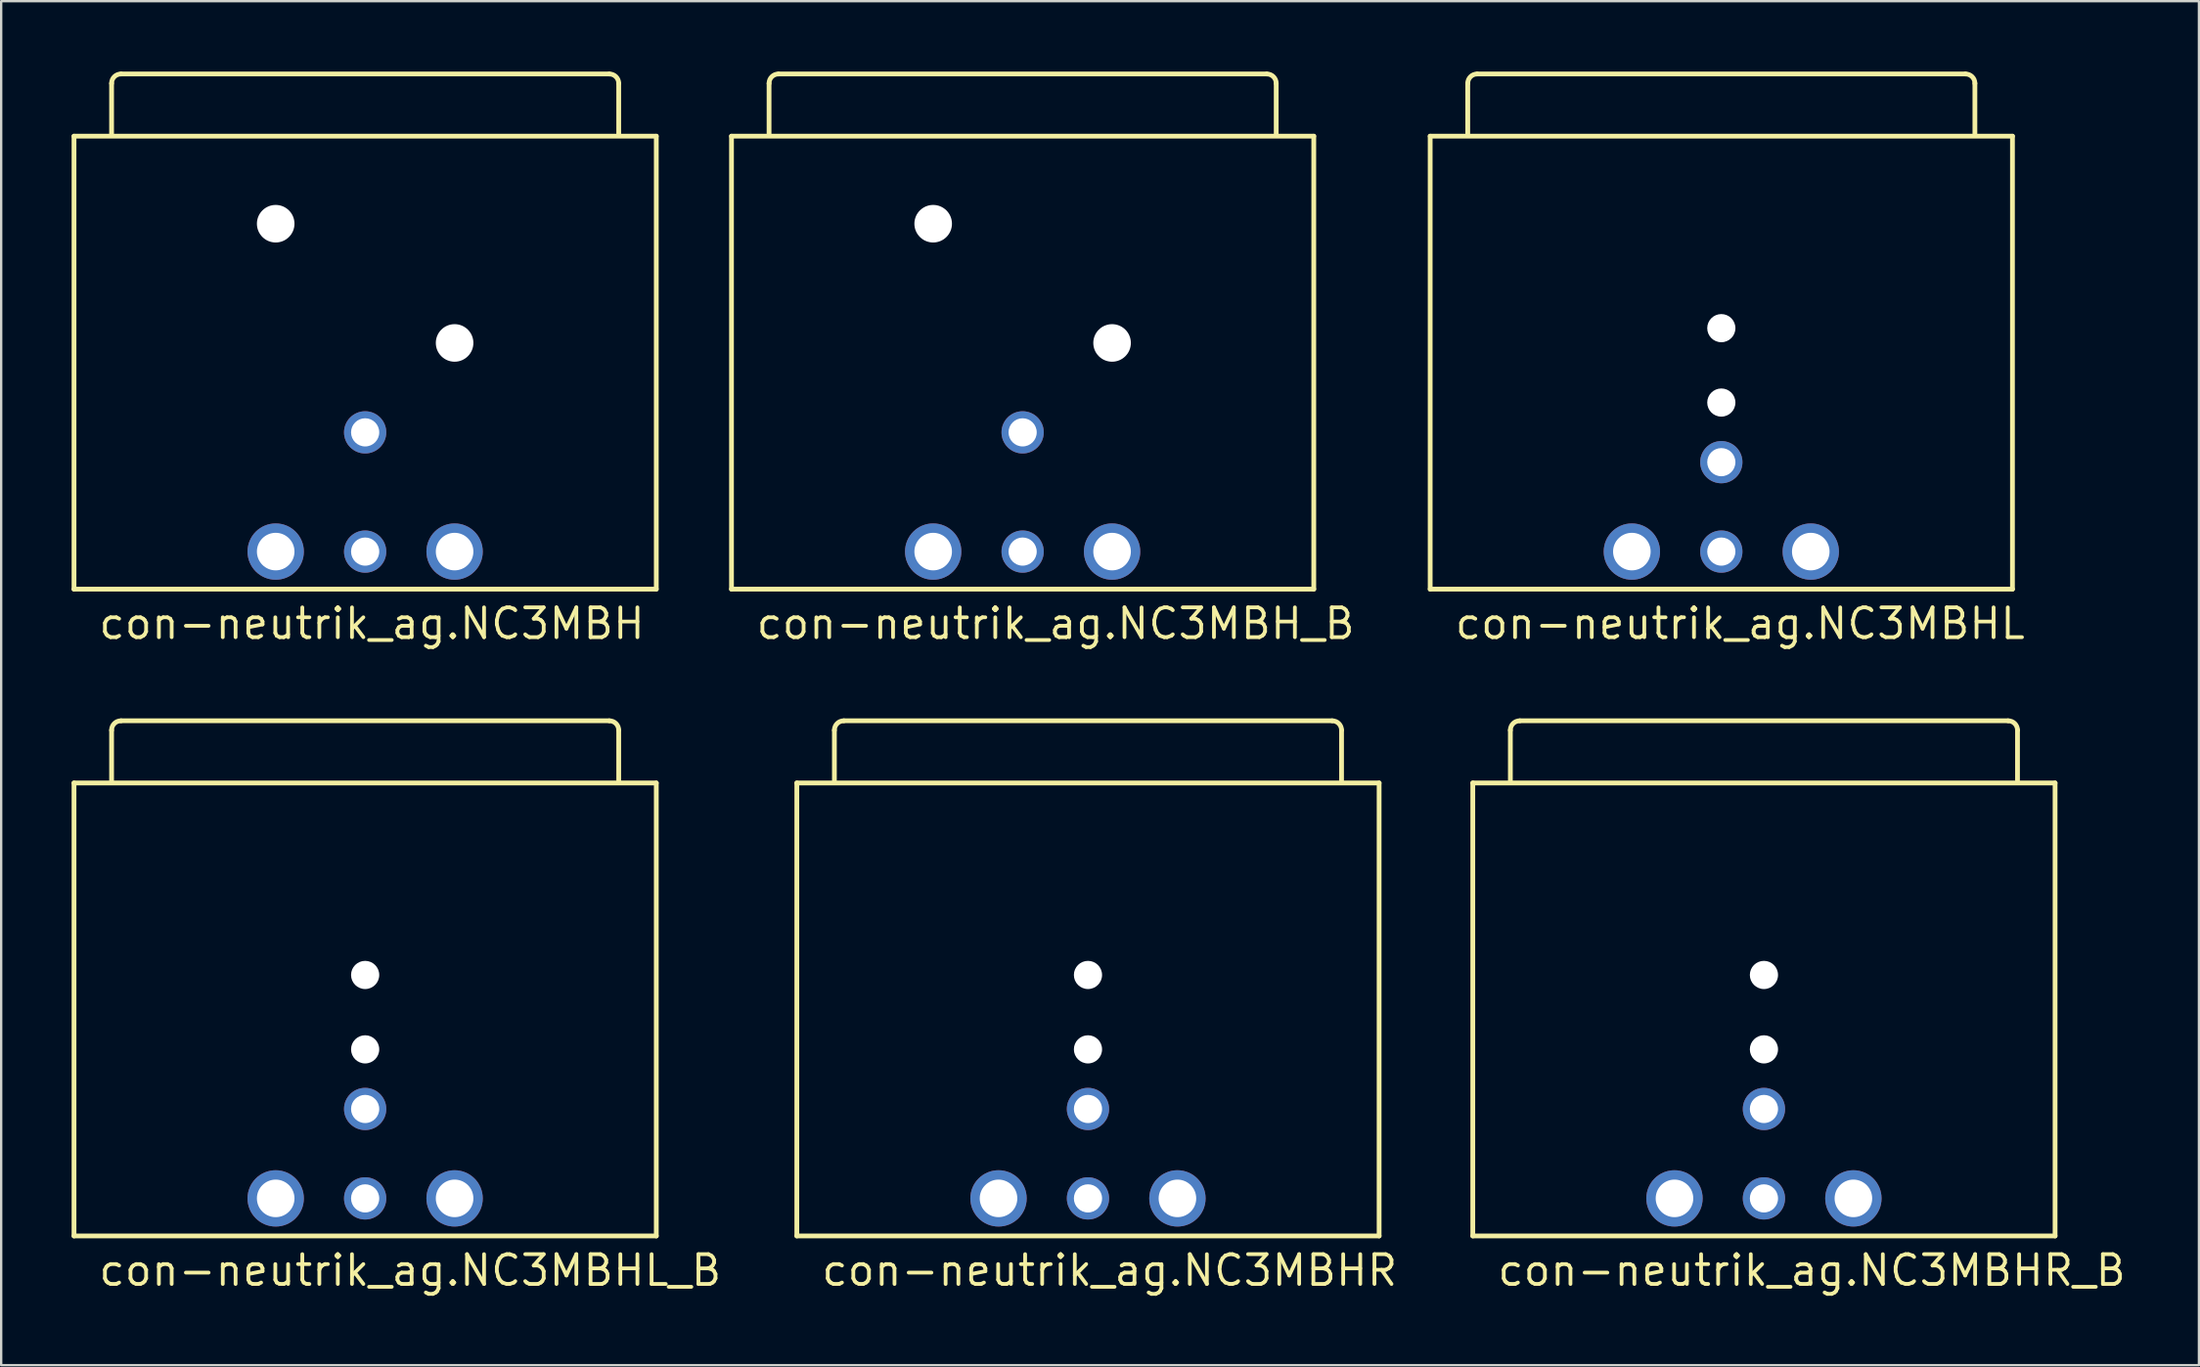
<source format=kicad_pcb>
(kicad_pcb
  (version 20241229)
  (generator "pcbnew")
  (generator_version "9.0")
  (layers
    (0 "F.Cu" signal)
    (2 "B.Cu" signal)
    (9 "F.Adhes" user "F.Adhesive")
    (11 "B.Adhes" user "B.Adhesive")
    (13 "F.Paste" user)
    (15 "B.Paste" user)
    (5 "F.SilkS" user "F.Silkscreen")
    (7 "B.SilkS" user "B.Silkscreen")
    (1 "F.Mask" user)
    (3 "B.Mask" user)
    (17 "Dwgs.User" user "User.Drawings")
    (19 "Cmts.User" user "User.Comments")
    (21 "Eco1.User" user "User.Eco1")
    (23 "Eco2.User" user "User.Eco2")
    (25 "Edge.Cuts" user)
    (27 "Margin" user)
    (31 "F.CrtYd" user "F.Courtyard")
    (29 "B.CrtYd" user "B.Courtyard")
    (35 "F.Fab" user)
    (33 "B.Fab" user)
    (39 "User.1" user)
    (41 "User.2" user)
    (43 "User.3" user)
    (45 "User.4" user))
  (footprint "con-neutrik_ag.NC3MBHR_B"
    (layer "F.Cu")
    (at 72.078 48.011)
    (property "Reference" "con-neutrik_ag.NC3MBHR_B" (at -11.43 3.81 0) (layer "F.SilkS") (effects (font (size 1.27 1.27) (thickness 0.16)) (justify left bottom)))
    (attr through_hole)
    (fp_line (start -12.4 -17.7) (end 12.4 -17.7) (stroke (width 0.203) (type default)) (layer "F.SilkS"))
    (fp_line (start -12.4 1.6) (end -12.4 -17.7) (stroke (width 0.203) (type default)) (layer "F.SilkS"))
    (fp_line (start -10.8 -17.8) (end -10.8 -19.95) (stroke (width 0.203) (type default)) (layer "F.SilkS"))
    (fp_line (start -10.4 -20.35) (end 10.4 -20.35) (stroke (width 0.203) (type default)) (layer "F.SilkS"))
    (fp_line (start 10.8 -19.95) (end 10.8 -17.8) (stroke (width 0.203) (type default)) (layer "F.SilkS"))
    (fp_line (start 12.4 -17.7) (end 12.4 1.6) (stroke (width 0.203) (type default)) (layer "F.SilkS"))
    (fp_line (start 12.4 1.6) (end -12.4 1.6) (stroke (width 0.203) (type default)) (layer "F.SilkS"))
    (fp_arc (start -10.8 -19.95) (mid -10.682843 -20.232843) (end -10.4 -20.35) (stroke (width 0.2032) (type default)) (layer "F.SilkS"))
    (fp_arc (start 10.4 -20.35) (mid 10.682843 -20.232843) (end 10.8 -19.95) (stroke (width 0.2032) (type default)) (layer "F.SilkS"))
    (pad "" np_thru_hole circle (at 0 -9.52) (size 1.2 1.2) (drill 1.2) (layers "*.Cu" "*.Mask"))
    (pad "" np_thru_hole circle (at 0 -6.35) (size 1.2 1.2) (drill 1.2) (layers "*.Cu" "*.Mask"))
    (pad "1" thru_hole circle (at -3.81 0) (size 2.4 2.4) (drill 1.6) (layers "*.Cu" "*.Mask"))
    (pad "2" thru_hole circle (at 0 0) (size 1.8 1.8) (drill 1.2) (layers "*.Cu" "*.Mask"))
    (pad "3" thru_hole circle (at 3.81 0) (size 2.4 2.4) (drill 1.6) (layers "*.Cu" "*.Mask"))
    (pad "G" thru_hole circle (at 0 -3.81) (size 1.8 1.8) (drill 1.2) (layers "*.Cu" "*.Mask")))
  (footprint "con-neutrik_ag.NC3MBH"
    (layer "F.Cu")
    (at 12.502 20.452)
    (property "Reference" "con-neutrik_ag.NC3MBH" (at -11.43 3.81 0) (layer "F.SilkS") (effects (font (size 1.27 1.27) (thickness 0.16)) (justify left bottom)))
    (attr through_hole)
    (fp_line (start -12.4 -17.7) (end 12.4 -17.7) (stroke (width 0.203) (type default)) (layer "F.SilkS"))
    (fp_line (start -12.4 1.6) (end -12.4 -17.7) (stroke (width 0.203) (type default)) (layer "F.SilkS"))
    (fp_line (start -10.8 -17.8) (end -10.8 -19.95) (stroke (width 0.203) (type default)) (layer "F.SilkS"))
    (fp_line (start -10.4 -20.35) (end 10.4 -20.35) (stroke (width 0.203) (type default)) (layer "F.SilkS"))
    (fp_line (start 10.8 -19.95) (end 10.8 -17.8) (stroke (width 0.203) (type default)) (layer "F.SilkS"))
    (fp_line (start 12.4 -17.7) (end 12.4 1.6) (stroke (width 0.203) (type default)) (layer "F.SilkS"))
    (fp_line (start 12.4 1.6) (end -12.4 1.6) (stroke (width 0.203) (type default)) (layer "F.SilkS"))
    (fp_arc (start -10.8 -19.95) (mid -10.682843 -20.232843) (end -10.4 -20.35) (stroke (width 0.2032) (type default)) (layer "F.SilkS"))
    (fp_arc (start 10.4 -20.35) (mid 10.682843 -20.232843) (end 10.8 -19.95) (stroke (width 0.2032) (type default)) (layer "F.SilkS"))
    (pad "" np_thru_hole circle (at -3.81 -13.97) (size 1.6 1.6) (drill 1.6) (layers "*.Cu" "*.Mask"))
    (pad "" np_thru_hole circle (at 3.81 -8.89) (size 1.6 1.6) (drill 1.6) (layers "*.Cu" "*.Mask"))
    (pad "1" thru_hole circle (at 3.81 0) (size 2.4 2.4) (drill 1.6) (layers "*.Cu" "*.Mask"))
    (pad "2" thru_hole circle (at -3.81 0) (size 2.4 2.4) (drill 1.6) (layers "*.Cu" "*.Mask"))
    (pad "3" thru_hole circle (at 0 0) (size 1.8 1.8) (drill 1.2) (layers "*.Cu" "*.Mask"))
    (pad "G" thru_hole circle (at 0 -5.08) (size 1.8 1.8) (drill 1.2) (layers "*.Cu" "*.Mask")))
  (footprint "con-neutrik_ag.NC3MBHL_B"
    (layer "F.Cu")
    (at 12.502 48.011)
    (property "Reference" "con-neutrik_ag.NC3MBHL_B" (at -11.43 3.81 0) (layer "F.SilkS") (effects (font (size 1.27 1.27) (thickness 0.16)) (justify left bottom)))
    (attr through_hole)
    (fp_line (start -12.4 -17.7) (end 12.4 -17.7) (stroke (width 0.203) (type default)) (layer "F.SilkS"))
    (fp_line (start -12.4 1.6) (end -12.4 -17.7) (stroke (width 0.203) (type default)) (layer "F.SilkS"))
    (fp_line (start -10.8 -17.8) (end -10.8 -19.95) (stroke (width 0.203) (type default)) (layer "F.SilkS"))
    (fp_line (start -10.4 -20.35) (end 10.4 -20.35) (stroke (width 0.203) (type default)) (layer "F.SilkS"))
    (fp_line (start 10.8 -19.95) (end 10.8 -17.8) (stroke (width 0.203) (type default)) (layer "F.SilkS"))
    (fp_line (start 12.4 -17.7) (end 12.4 1.6) (stroke (width 0.203) (type default)) (layer "F.SilkS"))
    (fp_line (start 12.4 1.6) (end -12.4 1.6) (stroke (width 0.203) (type default)) (layer "F.SilkS"))
    (fp_arc (start -10.8 -19.95) (mid -10.682843 -20.232843) (end -10.4 -20.35) (stroke (width 0.2032) (type default)) (layer "F.SilkS"))
    (fp_arc (start 10.4 -20.35) (mid 10.682843 -20.232843) (end 10.8 -19.95) (stroke (width 0.2032) (type default)) (layer "F.SilkS"))
    (pad "" np_thru_hole circle (at 0 -9.52) (size 1.2 1.2) (drill 1.2) (layers "*.Cu" "*.Mask"))
    (pad "" np_thru_hole circle (at 0 -6.35) (size 1.2 1.2) (drill 1.2) (layers "*.Cu" "*.Mask"))
    (pad "1" thru_hole circle (at 0 0) (size 1.8 1.8) (drill 1.2) (layers "*.Cu" "*.Mask"))
    (pad "2" thru_hole circle (at 3.81 0) (size 2.4 2.4) (drill 1.6) (layers "*.Cu" "*.Mask"))
    (pad "3" thru_hole circle (at -3.81 0) (size 2.4 2.4) (drill 1.6) (layers "*.Cu" "*.Mask"))
    (pad "G" thru_hole circle (at 0 -3.81) (size 1.8 1.8) (drill 1.2) (layers "*.Cu" "*.Mask")))
  (footprint "con-neutrik_ag.NC3MBH_B"
    (layer "F.Cu")
    (at 40.505 20.452)
    (property "Reference" "con-neutrik_ag.NC3MBH_B" (at -11.43 3.81 0) (layer "F.SilkS") (effects (font (size 1.27 1.27) (thickness 0.16)) (justify left bottom)))
    (attr through_hole)
    (fp_line (start -12.4 -17.7) (end 12.4 -17.7) (stroke (width 0.203) (type default)) (layer "F.SilkS"))
    (fp_line (start -12.4 1.6) (end -12.4 -17.7) (stroke (width 0.203) (type default)) (layer "F.SilkS"))
    (fp_line (start -10.8 -17.8) (end -10.8 -19.95) (stroke (width 0.203) (type default)) (layer "F.SilkS"))
    (fp_line (start -10.4 -20.35) (end 10.4 -20.35) (stroke (width 0.203) (type default)) (layer "F.SilkS"))
    (fp_line (start 10.8 -19.95) (end 10.8 -17.8) (stroke (width 0.203) (type default)) (layer "F.SilkS"))
    (fp_line (start 12.4 -17.7) (end 12.4 1.6) (stroke (width 0.203) (type default)) (layer "F.SilkS"))
    (fp_line (start 12.4 1.6) (end -12.4 1.6) (stroke (width 0.203) (type default)) (layer "F.SilkS"))
    (fp_arc (start -10.8 -19.95) (mid -10.682843 -20.232843) (end -10.4 -20.35) (stroke (width 0.2032) (type default)) (layer "F.SilkS"))
    (fp_arc (start 10.4 -20.35) (mid 10.682843 -20.232843) (end 10.8 -19.95) (stroke (width 0.2032) (type default)) (layer "F.SilkS"))
    (pad "" np_thru_hole circle (at -3.81 -13.97) (size 1.6 1.6) (drill 1.6) (layers "*.Cu" "*.Mask"))
    (pad "" np_thru_hole circle (at 3.81 -8.89) (size 1.6 1.6) (drill 1.6) (layers "*.Cu" "*.Mask"))
    (pad "1" thru_hole circle (at 3.81 0) (size 2.4 2.4) (drill 1.6) (layers "*.Cu" "*.Mask"))
    (pad "2" thru_hole circle (at -3.81 0) (size 2.4 2.4) (drill 1.6) (layers "*.Cu" "*.Mask"))
    (pad "3" thru_hole circle (at 0 0) (size 1.8 1.8) (drill 1.2) (layers "*.Cu" "*.Mask"))
    (pad "G" thru_hole circle (at 0 -5.08) (size 1.8 1.8) (drill 1.2) (layers "*.Cu" "*.Mask")))
  (footprint "con-neutrik_ag.NC3MBHL"
    (layer "F.Cu")
    (at 70.263 20.452)
    (property "Reference" "con-neutrik_ag.NC3MBHL" (at -11.43 3.81 0) (layer "F.SilkS") (effects (font (size 1.27 1.27) (thickness 0.16)) (justify left bottom)))
    (attr through_hole)
    (fp_line (start -12.4 -17.7) (end 12.4 -17.7) (stroke (width 0.203) (type default)) (layer "F.SilkS"))
    (fp_line (start -12.4 1.6) (end -12.4 -17.7) (stroke (width 0.203) (type default)) (layer "F.SilkS"))
    (fp_line (start -10.8 -17.8) (end -10.8 -19.95) (stroke (width 0.203) (type default)) (layer "F.SilkS"))
    (fp_line (start -10.4 -20.35) (end 10.4 -20.35) (stroke (width 0.203) (type default)) (layer "F.SilkS"))
    (fp_line (start 10.8 -19.95) (end 10.8 -17.8) (stroke (width 0.203) (type default)) (layer "F.SilkS"))
    (fp_line (start 12.4 -17.7) (end 12.4 1.6) (stroke (width 0.203) (type default)) (layer "F.SilkS"))
    (fp_line (start 12.4 1.6) (end -12.4 1.6) (stroke (width 0.203) (type default)) (layer "F.SilkS"))
    (fp_arc (start -10.8 -19.95) (mid -10.682843 -20.232843) (end -10.4 -20.35) (stroke (width 0.2032) (type default)) (layer "F.SilkS"))
    (fp_arc (start 10.4 -20.35) (mid 10.682843 -20.232843) (end 10.8 -19.95) (stroke (width 0.2032) (type default)) (layer "F.SilkS"))
    (pad "" np_thru_hole circle (at 0 -9.52) (size 1.2 1.2) (drill 1.2) (layers "*.Cu" "*.Mask"))
    (pad "" np_thru_hole circle (at 0 -6.35) (size 1.2 1.2) (drill 1.2) (layers "*.Cu" "*.Mask"))
    (pad "1" thru_hole circle (at 0 0) (size 1.8 1.8) (drill 1.2) (layers "*.Cu" "*.Mask"))
    (pad "2" thru_hole circle (at 3.81 0) (size 2.4 2.4) (drill 1.6) (layers "*.Cu" "*.Mask"))
    (pad "3" thru_hole circle (at -3.81 0) (size 2.4 2.4) (drill 1.6) (layers "*.Cu" "*.Mask"))
    (pad "G" thru_hole circle (at 0 -3.81) (size 1.8 1.8) (drill 1.2) (layers "*.Cu" "*.Mask")))
  (footprint "con-neutrik_ag.NC3MBHR"
    (layer "F.Cu")
    (at 43.288 48.011)
    (property "Reference" "con-neutrik_ag.NC3MBHR" (at -11.43 3.81 0) (layer "F.SilkS") (effects (font (size 1.27 1.27) (thickness 0.16)) (justify left bottom)))
    (attr through_hole)
    (fp_line (start -12.4 -17.7) (end 12.4 -17.7) (stroke (width 0.203) (type default)) (layer "F.SilkS"))
    (fp_line (start -12.4 1.6) (end -12.4 -17.7) (stroke (width 0.203) (type default)) (layer "F.SilkS"))
    (fp_line (start -10.8 -17.8) (end -10.8 -19.95) (stroke (width 0.203) (type default)) (layer "F.SilkS"))
    (fp_line (start -10.4 -20.35) (end 10.4 -20.35) (stroke (width 0.203) (type default)) (layer "F.SilkS"))
    (fp_line (start 10.8 -19.95) (end 10.8 -17.8) (stroke (width 0.203) (type default)) (layer "F.SilkS"))
    (fp_line (start 12.4 -17.7) (end 12.4 1.6) (stroke (width 0.203) (type default)) (layer "F.SilkS"))
    (fp_line (start 12.4 1.6) (end -12.4 1.6) (stroke (width 0.203) (type default)) (layer "F.SilkS"))
    (fp_arc (start -10.8 -19.95) (mid -10.682843 -20.232843) (end -10.4 -20.35) (stroke (width 0.2032) (type default)) (layer "F.SilkS"))
    (fp_arc (start 10.4 -20.35) (mid 10.682843 -20.232843) (end 10.8 -19.95) (stroke (width 0.2032) (type default)) (layer "F.SilkS"))
    (pad "" np_thru_hole circle (at 0 -9.52) (size 1.2 1.2) (drill 1.2) (layers "*.Cu" "*.Mask"))
    (pad "" np_thru_hole circle (at 0 -6.35) (size 1.2 1.2) (drill 1.2) (layers "*.Cu" "*.Mask"))
    (pad "1" thru_hole circle (at -3.81 0) (size 2.4 2.4) (drill 1.6) (layers "*.Cu" "*.Mask"))
    (pad "2" thru_hole circle (at 0 0) (size 1.8 1.8) (drill 1.2) (layers "*.Cu" "*.Mask"))
    (pad "3" thru_hole circle (at 3.81 0) (size 2.4 2.4) (drill 1.6) (layers "*.Cu" "*.Mask"))
    (pad "G" thru_hole circle (at 0 -3.81) (size 1.8 1.8) (drill 1.2) (layers "*.Cu" "*.Mask")))
  (gr_rect
    (start -3 -3)
    (end 90.605 55.118)
    (stroke (width 0.1) (type default))
    (fill no)
    (layer "Edge.Cuts")))
</source>
